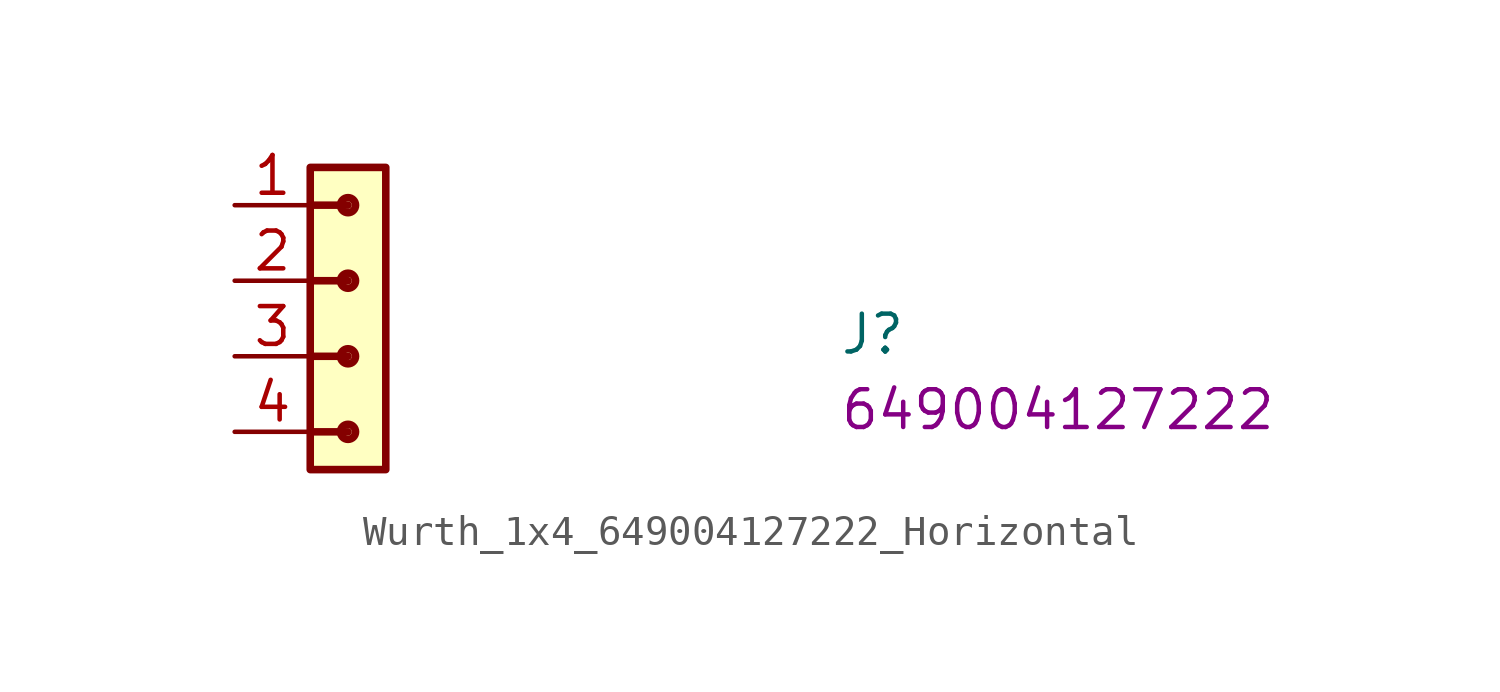
<source format=kicad_sym>
(kicad_symbol_lib
  (version 20220914)
  (generator kicad_symbol_editor)
  (symbol "Wurth_1x4_649004127222_Horizontal"
    (property "Reference" "J"
      (at 20.32 -5.08 0)
      (effects (font (size 1.27 1.27) (thickness 0.15)) (justify left bottom)))
    (property "MPN" "649004127222"
      (at 20.32 -7.62 0)
      (effects (font (size 1.27 1.27) (thickness 0.15)) (justify left bottom)))
    (symbol "Wurth_1x4_649004127222_Horizontal_1_1"
      (polyline (pts (xy 3.81 -7.62) (xy 2.54 -7.62)) (stroke (width 0.254) (type default)) (fill (type background)))
      (polyline (pts (xy 3.81 -5.08) (xy 2.54 -5.08)) (stroke (width 0.254) (type default)) (fill (type background)))
      (polyline (pts (xy 3.81 -2.54) (xy 2.54 -2.54)) (stroke (width 0.254) (type default)) (fill (type background)))
      (polyline (pts (xy 3.81 0) (xy 2.54 0)) (stroke (width 0.254) (type default)) (fill (type background)))
      (rectangle (start 2.54 1.27) (end 5.08 -8.89) (stroke (width 0.254) (type default)) (fill (type background)))
      (circle (center 3.81 -7.62) (radius 0.254) (stroke (width 0.254) (type default)) (fill (type background)))
      (circle (center 3.81 -5.08) (radius 0.254) (stroke (width 0.254) (type default)) (fill (type background)))
      (circle (center 3.81 -2.54) (radius 0.254) (stroke (width 0.254) (type default)) (fill (type background)))
      (circle (center 3.81 0) (radius 0.254) (stroke (width 0.254) (type default)) (fill (type background)))
      (pin passive line (at 0 0 0) (length 2.54) (name "~" (effects (font (size 1.27 1.27)))) (number "1" (effects (font (size 1.27 1.27)))))
      (pin passive line (at 0 -2.54 0) (length 2.54) (name "~" (effects (font (size 1.27 1.27)))) (number "2" (effects (font (size 1.27 1.27)))))
      (pin passive line (at 0 -5.08 0) (length 2.54) (name "~" (effects (font (size 1.27 1.27)))) (number "3" (effects (font (size 1.27 1.27)))))
      (pin passive line (at 0 -7.62 0) (length 2.54) (name "~" (effects (font (size 1.27 1.27)))) (number "4" (effects (font (size 1.27 1.27))))))))
</source>
